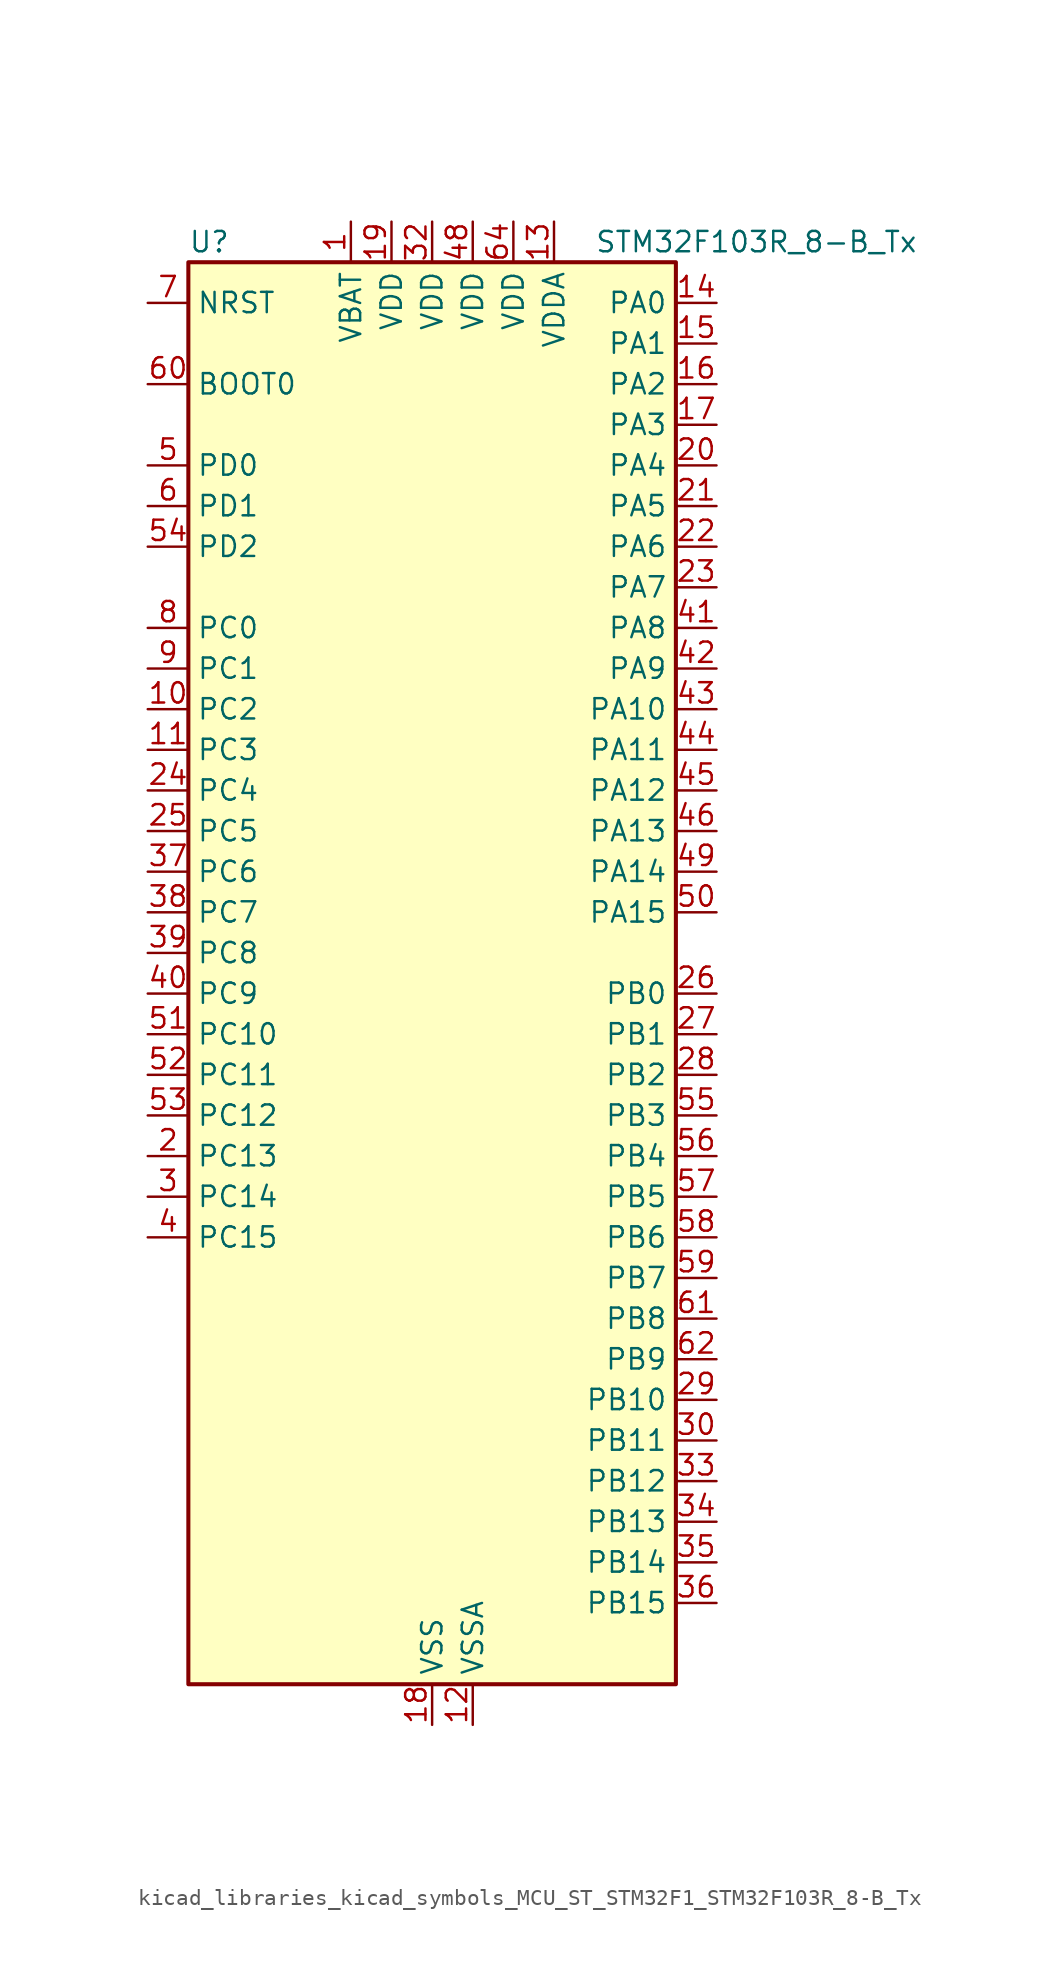
<source format=kicad_sym>
(kicad_symbol_lib
  (version 20220914)
  (generator kicad_symbol_editor)
  (symbol "kicad_libraries_kicad_symbols_MCU_ST_STM32F1_STM32F103R_8-B_Tx"
    (property "Reference" "U"
      (at -15.24 46.99 0)
      (effects (font (size 1.27 1.27)) (justify left)))
    (property "Value" "STM32F103R_8-B_Tx"
      (at 10.16 46.99 0)
      (effects (font (size 1.27 1.27)) (justify left)))
    (property "ki_locked" ""
      (at 0 0 0)
      (effects (font (size 1.27 1.27))))
    (symbol "kicad_libraries_kicad_symbols_MCU_ST_STM32F1_STM32F103R_8-B_Tx_0_1"
      (rectangle (start -15.24 -43.18) (end 15.24 45.72) (stroke (width 0.254) (type default)) (fill (type background))))
    (symbol "kicad_libraries_kicad_symbols_MCU_ST_STM32F1_STM32F103R_8-B_Tx_1_1"
      (pin power_in line (at -5.08 48.26 270) (length 2.54) (name "VBAT" (effects (font (size 1.27 1.27)))) (number "1" (effects (font (size 1.27 1.27)))))
      (pin bidirectional line (at -17.78 17.78 0) (length 2.54) (name "PC2" (effects (font (size 1.27 1.27)))) (number "10" (effects (font (size 1.27 1.27)))) (alternate "ADC1_IN12" bidirectional line) (alternate "ADC2_IN12" bidirectional line))
      (pin bidirectional line (at -17.78 15.24 0) (length 2.54) (name "PC3" (effects (font (size 1.27 1.27)))) (number "11" (effects (font (size 1.27 1.27)))) (alternate "ADC1_IN13" bidirectional line) (alternate "ADC2_IN13" bidirectional line))
      (pin power_in line (at 2.54 -45.72 90) (length 2.54) (name "VSSA" (effects (font (size 1.27 1.27)))) (number "12" (effects (font (size 1.27 1.27)))))
      (pin power_in line (at 7.62 48.26 270) (length 2.54) (name "VDDA" (effects (font (size 1.27 1.27)))) (number "13" (effects (font (size 1.27 1.27)))))
      (pin bidirectional line (at 17.78 43.18 180) (length 2.54) (name "PA0" (effects (font (size 1.27 1.27)))) (number "14" (effects (font (size 1.27 1.27)))) (alternate "ADC1_IN0" bidirectional line) (alternate "ADC2_IN0" bidirectional line) (alternate "SYS_WKUP" bidirectional line) (alternate "TIM2_CH1" bidirectional line) (alternate "TIM2_ETR" bidirectional line) (alternate "USART2_CTS" bidirectional line))
      (pin bidirectional line (at 17.78 40.64 180) (length 2.54) (name "PA1" (effects (font (size 1.27 1.27)))) (number "15" (effects (font (size 1.27 1.27)))) (alternate "ADC1_IN1" bidirectional line) (alternate "ADC2_IN1" bidirectional line) (alternate "TIM2_CH2" bidirectional line) (alternate "USART2_RTS" bidirectional line))
      (pin bidirectional line (at 17.78 38.1 180) (length 2.54) (name "PA2" (effects (font (size 1.27 1.27)))) (number "16" (effects (font (size 1.27 1.27)))) (alternate "ADC1_IN2" bidirectional line) (alternate "ADC2_IN2" bidirectional line) (alternate "TIM2_CH3" bidirectional line) (alternate "USART2_TX" bidirectional line))
      (pin bidirectional line (at 17.78 35.56 180) (length 2.54) (name "PA3" (effects (font (size 1.27 1.27)))) (number "17" (effects (font (size 1.27 1.27)))) (alternate "ADC1_IN3" bidirectional line) (alternate "ADC2_IN3" bidirectional line) (alternate "TIM2_CH4" bidirectional line) (alternate "USART2_RX" bidirectional line))
      (pin power_in line (at 0 -45.72 90) (length 2.54) (name "VSS" (effects (font (size 1.27 1.27)))) (number "18" (effects (font (size 1.27 1.27)))))
      (pin power_in line (at -2.54 48.26 270) (length 2.54) (name "VDD" (effects (font (size 1.27 1.27)))) (number "19" (effects (font (size 1.27 1.27)))))
      (pin bidirectional line (at -17.78 -10.16 0) (length 2.54) (name "PC13" (effects (font (size 1.27 1.27)))) (number "2" (effects (font (size 1.27 1.27)))) (alternate "RTC_OUT" bidirectional line) (alternate "RTC_TAMPER" bidirectional line))
      (pin bidirectional line (at 17.78 33.02 180) (length 2.54) (name "PA4" (effects (font (size 1.27 1.27)))) (number "20" (effects (font (size 1.27 1.27)))) (alternate "ADC1_IN4" bidirectional line) (alternate "ADC2_IN4" bidirectional line) (alternate "SPI1_NSS" bidirectional line) (alternate "USART2_CK" bidirectional line))
      (pin bidirectional line (at 17.78 30.48 180) (length 2.54) (name "PA5" (effects (font (size 1.27 1.27)))) (number "21" (effects (font (size 1.27 1.27)))) (alternate "ADC1_IN5" bidirectional line) (alternate "ADC2_IN5" bidirectional line) (alternate "SPI1_SCK" bidirectional line))
      (pin bidirectional line (at 17.78 27.94 180) (length 2.54) (name "PA6" (effects (font (size 1.27 1.27)))) (number "22" (effects (font (size 1.27 1.27)))) (alternate "ADC1_IN6" bidirectional line) (alternate "ADC2_IN6" bidirectional line) (alternate "SPI1_MISO" bidirectional line) (alternate "TIM1_BKIN" bidirectional line) (alternate "TIM3_CH1" bidirectional line))
      (pin bidirectional line (at 17.78 25.4 180) (length 2.54) (name "PA7" (effects (font (size 1.27 1.27)))) (number "23" (effects (font (size 1.27 1.27)))) (alternate "ADC1_IN7" bidirectional line) (alternate "ADC2_IN7" bidirectional line) (alternate "SPI1_MOSI" bidirectional line) (alternate "TIM1_CH1N" bidirectional line) (alternate "TIM3_CH2" bidirectional line))
      (pin bidirectional line (at -17.78 12.7 0) (length 2.54) (name "PC4" (effects (font (size 1.27 1.27)))) (number "24" (effects (font (size 1.27 1.27)))) (alternate "ADC1_IN14" bidirectional line) (alternate "ADC2_IN14" bidirectional line))
      (pin bidirectional line (at -17.78 10.16 0) (length 2.54) (name "PC5" (effects (font (size 1.27 1.27)))) (number "25" (effects (font (size 1.27 1.27)))) (alternate "ADC1_IN15" bidirectional line) (alternate "ADC2_IN15" bidirectional line))
      (pin bidirectional line (at 17.78 0 180) (length 2.54) (name "PB0" (effects (font (size 1.27 1.27)))) (number "26" (effects (font (size 1.27 1.27)))) (alternate "ADC1_IN8" bidirectional line) (alternate "ADC2_IN8" bidirectional line) (alternate "TIM1_CH2N" bidirectional line) (alternate "TIM3_CH3" bidirectional line))
      (pin bidirectional line (at 17.78 -2.54 180) (length 2.54) (name "PB1" (effects (font (size 1.27 1.27)))) (number "27" (effects (font (size 1.27 1.27)))) (alternate "ADC1_IN9" bidirectional line) (alternate "ADC2_IN9" bidirectional line) (alternate "TIM1_CH3N" bidirectional line) (alternate "TIM3_CH4" bidirectional line))
      (pin bidirectional line (at 17.78 -5.08 180) (length 2.54) (name "PB2" (effects (font (size 1.27 1.27)))) (number "28" (effects (font (size 1.27 1.27)))))
      (pin bidirectional line (at 17.78 -25.4 180) (length 2.54) (name "PB10" (effects (font (size 1.27 1.27)))) (number "29" (effects (font (size 1.27 1.27)))) (alternate "I2C2_SCL" bidirectional line) (alternate "TIM2_CH3" bidirectional line) (alternate "USART3_TX" bidirectional line))
      (pin bidirectional line (at -17.78 -12.7 0) (length 2.54) (name "PC14" (effects (font (size 1.27 1.27)))) (number "3" (effects (font (size 1.27 1.27)))) (alternate "RCC_OSC32_IN" bidirectional line))
      (pin bidirectional line (at 17.78 -27.94 180) (length 2.54) (name "PB11" (effects (font (size 1.27 1.27)))) (number "30" (effects (font (size 1.27 1.27)))) (alternate "ADC1_EXTI11" bidirectional line) (alternate "ADC2_EXTI11" bidirectional line) (alternate "I2C2_SDA" bidirectional line) (alternate "TIM2_CH4" bidirectional line) (alternate "USART3_RX" bidirectional line))
      (pin passive line (at 0 -45.72 90) (length 2.54) hide (name "VSS" (effects (font (size 1.27 1.27)))) (number "31" (effects (font (size 1.27 1.27)))))
      (pin power_in line (at 0 48.26 270) (length 2.54) (name "VDD" (effects (font (size 1.27 1.27)))) (number "32" (effects (font (size 1.27 1.27)))))
      (pin bidirectional line (at 17.78 -30.48 180) (length 2.54) (name "PB12" (effects (font (size 1.27 1.27)))) (number "33" (effects (font (size 1.27 1.27)))) (alternate "I2C2_SMBA" bidirectional line) (alternate "SPI2_NSS" bidirectional line) (alternate "TIM1_BKIN" bidirectional line) (alternate "USART3_CK" bidirectional line))
      (pin bidirectional line (at 17.78 -33.02 180) (length 2.54) (name "PB13" (effects (font (size 1.27 1.27)))) (number "34" (effects (font (size 1.27 1.27)))) (alternate "SPI2_SCK" bidirectional line) (alternate "TIM1_CH1N" bidirectional line) (alternate "USART3_CTS" bidirectional line))
      (pin bidirectional line (at 17.78 -35.56 180) (length 2.54) (name "PB14" (effects (font (size 1.27 1.27)))) (number "35" (effects (font (size 1.27 1.27)))) (alternate "SPI2_MISO" bidirectional line) (alternate "TIM1_CH2N" bidirectional line) (alternate "USART3_RTS" bidirectional line))
      (pin bidirectional line (at 17.78 -38.1 180) (length 2.54) (name "PB15" (effects (font (size 1.27 1.27)))) (number "36" (effects (font (size 1.27 1.27)))) (alternate "ADC1_EXTI15" bidirectional line) (alternate "ADC2_EXTI15" bidirectional line) (alternate "SPI2_MOSI" bidirectional line) (alternate "TIM1_CH3N" bidirectional line))
      (pin bidirectional line (at -17.78 7.62 0) (length 2.54) (name "PC6" (effects (font (size 1.27 1.27)))) (number "37" (effects (font (size 1.27 1.27)))) (alternate "TIM3_CH1" bidirectional line))
      (pin bidirectional line (at -17.78 5.08 0) (length 2.54) (name "PC7" (effects (font (size 1.27 1.27)))) (number "38" (effects (font (size 1.27 1.27)))) (alternate "TIM3_CH2" bidirectional line))
      (pin bidirectional line (at -17.78 2.54 0) (length 2.54) (name "PC8" (effects (font (size 1.27 1.27)))) (number "39" (effects (font (size 1.27 1.27)))) (alternate "TIM3_CH3" bidirectional line))
      (pin bidirectional line (at -17.78 -15.24 0) (length 2.54) (name "PC15" (effects (font (size 1.27 1.27)))) (number "4" (effects (font (size 1.27 1.27)))) (alternate "ADC1_EXTI15" bidirectional line) (alternate "ADC2_EXTI15" bidirectional line) (alternate "RCC_OSC32_OUT" bidirectional line))
      (pin bidirectional line (at -17.78 0 0) (length 2.54) (name "PC9" (effects (font (size 1.27 1.27)))) (number "40" (effects (font (size 1.27 1.27)))) (alternate "TIM3_CH4" bidirectional line))
      (pin bidirectional line (at 17.78 22.86 180) (length 2.54) (name "PA8" (effects (font (size 1.27 1.27)))) (number "41" (effects (font (size 1.27 1.27)))) (alternate "RCC_MCO" bidirectional line) (alternate "TIM1_CH1" bidirectional line) (alternate "USART1_CK" bidirectional line))
      (pin bidirectional line (at 17.78 20.32 180) (length 2.54) (name "PA9" (effects (font (size 1.27 1.27)))) (number "42" (effects (font (size 1.27 1.27)))) (alternate "TIM1_CH2" bidirectional line) (alternate "USART1_TX" bidirectional line))
      (pin bidirectional line (at 17.78 17.78 180) (length 2.54) (name "PA10" (effects (font (size 1.27 1.27)))) (number "43" (effects (font (size 1.27 1.27)))) (alternate "TIM1_CH3" bidirectional line) (alternate "USART1_RX" bidirectional line))
      (pin bidirectional line (at 17.78 15.24 180) (length 2.54) (name "PA11" (effects (font (size 1.27 1.27)))) (number "44" (effects (font (size 1.27 1.27)))) (alternate "ADC1_EXTI11" bidirectional line) (alternate "ADC2_EXTI11" bidirectional line) (alternate "CAN_RX" bidirectional line) (alternate "TIM1_CH4" bidirectional line) (alternate "USART1_CTS" bidirectional line) (alternate "USB_DM" bidirectional line))
      (pin bidirectional line (at 17.78 12.7 180) (length 2.54) (name "PA12" (effects (font (size 1.27 1.27)))) (number "45" (effects (font (size 1.27 1.27)))) (alternate "CAN_TX" bidirectional line) (alternate "TIM1_ETR" bidirectional line) (alternate "USART1_RTS" bidirectional line) (alternate "USB_DP" bidirectional line))
      (pin bidirectional line (at 17.78 10.16 180) (length 2.54) (name "PA13" (effects (font (size 1.27 1.27)))) (number "46" (effects (font (size 1.27 1.27)))) (alternate "SYS_JTMS-SWDIO" bidirectional line))
      (pin passive line (at 0 -45.72 90) (length 2.54) hide (name "VSS" (effects (font (size 1.27 1.27)))) (number "47" (effects (font (size 1.27 1.27)))))
      (pin power_in line (at 2.54 48.26 270) (length 2.54) (name "VDD" (effects (font (size 1.27 1.27)))) (number "48" (effects (font (size 1.27 1.27)))))
      (pin bidirectional line (at 17.78 7.62 180) (length 2.54) (name "PA14" (effects (font (size 1.27 1.27)))) (number "49" (effects (font (size 1.27 1.27)))) (alternate "SYS_JTCK-SWCLK" bidirectional line))
      (pin bidirectional line (at -17.78 33.02 0) (length 2.54) (name "PD0" (effects (font (size 1.27 1.27)))) (number "5" (effects (font (size 1.27 1.27)))) (alternate "RCC_OSC_IN" bidirectional line))
      (pin bidirectional line (at 17.78 5.08 180) (length 2.54) (name "PA15" (effects (font (size 1.27 1.27)))) (number "50" (effects (font (size 1.27 1.27)))) (alternate "ADC1_EXTI15" bidirectional line) (alternate "ADC2_EXTI15" bidirectional line) (alternate "SPI1_NSS" bidirectional line) (alternate "SYS_JTDI" bidirectional line) (alternate "TIM2_CH1" bidirectional line) (alternate "TIM2_ETR" bidirectional line))
      (pin bidirectional line (at -17.78 -2.54 0) (length 2.54) (name "PC10" (effects (font (size 1.27 1.27)))) (number "51" (effects (font (size 1.27 1.27)))) (alternate "USART3_TX" bidirectional line))
      (pin bidirectional line (at -17.78 -5.08 0) (length 2.54) (name "PC11" (effects (font (size 1.27 1.27)))) (number "52" (effects (font (size 1.27 1.27)))) (alternate "ADC1_EXTI11" bidirectional line) (alternate "ADC2_EXTI11" bidirectional line) (alternate "USART3_RX" bidirectional line))
      (pin bidirectional line (at -17.78 -7.62 0) (length 2.54) (name "PC12" (effects (font (size 1.27 1.27)))) (number "53" (effects (font (size 1.27 1.27)))) (alternate "USART3_CK" bidirectional line))
      (pin bidirectional line (at -17.78 27.94 0) (length 2.54) (name "PD2" (effects (font (size 1.27 1.27)))) (number "54" (effects (font (size 1.27 1.27)))) (alternate "TIM3_ETR" bidirectional line))
      (pin bidirectional line (at 17.78 -7.62 180) (length 2.54) (name "PB3" (effects (font (size 1.27 1.27)))) (number "55" (effects (font (size 1.27 1.27)))) (alternate "SPI1_SCK" bidirectional line) (alternate "SYS_JTDO-TRACESWO" bidirectional line) (alternate "TIM2_CH2" bidirectional line))
      (pin bidirectional line (at 17.78 -10.16 180) (length 2.54) (name "PB4" (effects (font (size 1.27 1.27)))) (number "56" (effects (font (size 1.27 1.27)))) (alternate "SPI1_MISO" bidirectional line) (alternate "SYS_NJTRST" bidirectional line) (alternate "TIM3_CH1" bidirectional line))
      (pin bidirectional line (at 17.78 -12.7 180) (length 2.54) (name "PB5" (effects (font (size 1.27 1.27)))) (number "57" (effects (font (size 1.27 1.27)))) (alternate "I2C1_SMBA" bidirectional line) (alternate "SPI1_MOSI" bidirectional line) (alternate "TIM3_CH2" bidirectional line))
      (pin bidirectional line (at 17.78 -15.24 180) (length 2.54) (name "PB6" (effects (font (size 1.27 1.27)))) (number "58" (effects (font (size 1.27 1.27)))) (alternate "I2C1_SCL" bidirectional line) (alternate "TIM4_CH1" bidirectional line) (alternate "USART1_TX" bidirectional line))
      (pin bidirectional line (at 17.78 -17.78 180) (length 2.54) (name "PB7" (effects (font (size 1.27 1.27)))) (number "59" (effects (font (size 1.27 1.27)))) (alternate "I2C1_SDA" bidirectional line) (alternate "TIM4_CH2" bidirectional line) (alternate "USART1_RX" bidirectional line))
      (pin bidirectional line (at -17.78 30.48 0) (length 2.54) (name "PD1" (effects (font (size 1.27 1.27)))) (number "6" (effects (font (size 1.27 1.27)))) (alternate "RCC_OSC_OUT" bidirectional line))
      (pin input line (at -17.78 38.1 0) (length 2.54) (name "BOOT0" (effects (font (size 1.27 1.27)))) (number "60" (effects (font (size 1.27 1.27)))))
      (pin bidirectional line (at 17.78 -20.32 180) (length 2.54) (name "PB8" (effects (font (size 1.27 1.27)))) (number "61" (effects (font (size 1.27 1.27)))) (alternate "CAN_RX" bidirectional line) (alternate "I2C1_SCL" bidirectional line) (alternate "TIM4_CH3" bidirectional line))
      (pin bidirectional line (at 17.78 -22.86 180) (length 2.54) (name "PB9" (effects (font (size 1.27 1.27)))) (number "62" (effects (font (size 1.27 1.27)))) (alternate "CAN_TX" bidirectional line) (alternate "I2C1_SDA" bidirectional line) (alternate "TIM4_CH4" bidirectional line))
      (pin passive line (at 0 -45.72 90) (length 2.54) hide (name "VSS" (effects (font (size 1.27 1.27)))) (number "63" (effects (font (size 1.27 1.27)))))
      (pin power_in line (at 5.08 48.26 270) (length 2.54) (name "VDD" (effects (font (size 1.27 1.27)))) (number "64" (effects (font (size 1.27 1.27)))))
      (pin input line (at -17.78 43.18 0) (length 2.54) (name "NRST" (effects (font (size 1.27 1.27)))) (number "7" (effects (font (size 1.27 1.27)))))
      (pin bidirectional line (at -17.78 22.86 0) (length 2.54) (name "PC0" (effects (font (size 1.27 1.27)))) (number "8" (effects (font (size 1.27 1.27)))) (alternate "ADC1_IN10" bidirectional line) (alternate "ADC2_IN10" bidirectional line))
      (pin bidirectional line (at -17.78 20.32 0) (length 2.54) (name "PC1" (effects (font (size 1.27 1.27)))) (number "9" (effects (font (size 1.27 1.27)))) (alternate "ADC1_IN11" bidirectional line) (alternate "ADC2_IN11" bidirectional line)))))
</source>
